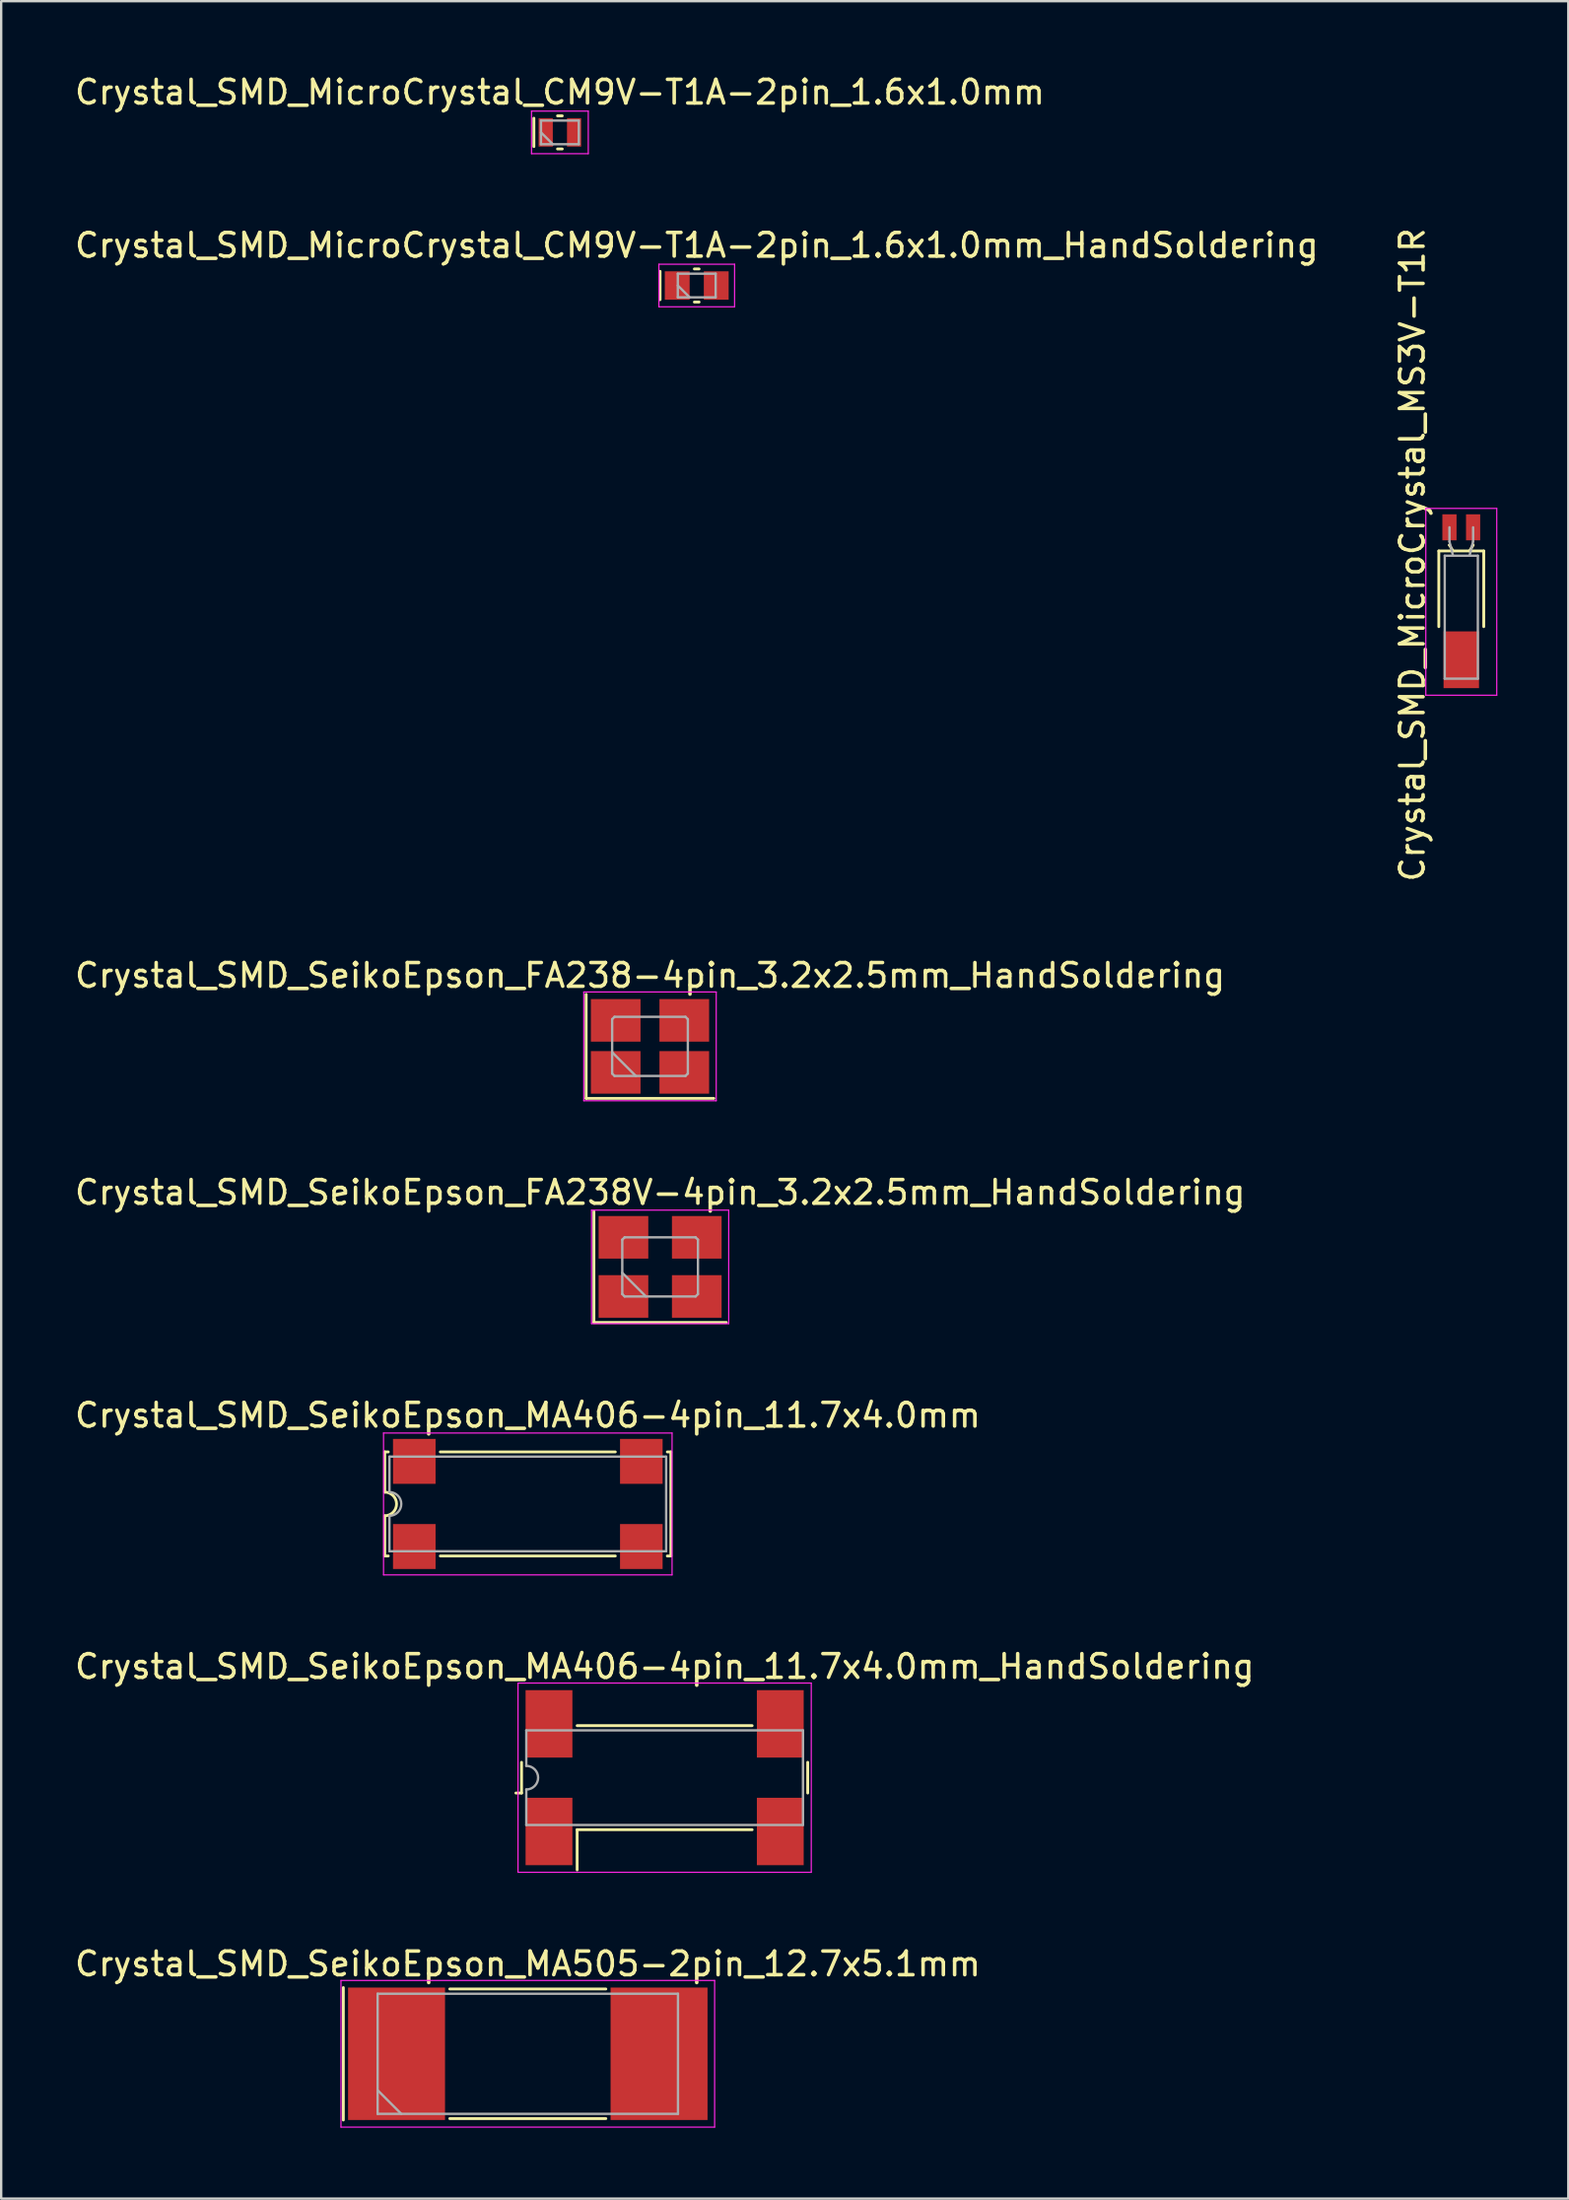
<source format=kicad_pcb>
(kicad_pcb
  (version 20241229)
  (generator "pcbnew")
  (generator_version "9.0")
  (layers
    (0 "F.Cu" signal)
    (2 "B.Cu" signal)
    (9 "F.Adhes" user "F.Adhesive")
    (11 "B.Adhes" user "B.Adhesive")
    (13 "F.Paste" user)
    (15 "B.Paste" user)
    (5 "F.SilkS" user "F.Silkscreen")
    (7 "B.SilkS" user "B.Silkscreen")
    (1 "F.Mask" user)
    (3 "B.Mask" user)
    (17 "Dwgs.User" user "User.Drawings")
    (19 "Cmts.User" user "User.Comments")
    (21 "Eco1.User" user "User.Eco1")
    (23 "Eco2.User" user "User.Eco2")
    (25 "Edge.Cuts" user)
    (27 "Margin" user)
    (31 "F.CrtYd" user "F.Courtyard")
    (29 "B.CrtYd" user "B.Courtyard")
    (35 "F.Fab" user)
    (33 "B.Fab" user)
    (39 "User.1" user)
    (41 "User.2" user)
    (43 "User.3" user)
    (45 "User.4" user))
  (footprint "Crystal_SMD_SeikoEpson_MA406-4pin_11.7x4.0mm"
    (layer "F.Cu")
    (at 19.268 60.537)
    (property "Reference" "Crystal_SMD_SeikoEpson_MA406-4pin_11.7x4.0mm" (at 0 -3.75 0) (layer "F.SilkS") (effects (font (size 1 1) (thickness 0.15))))
    (attr smd)
    (fp_line (start -6.05 -2.2) (end -5.9 -2.2) (stroke (width 0.12) (type solid)) (layer "F.SilkS"))
    (fp_line (start -6.05 -0.5) (end -6.05 -2.2) (stroke (width 0.12) (type solid)) (layer "F.SilkS"))
    (fp_line (start -6.05 2.2) (end -6.05 0.5) (stroke (width 0.12) (type solid)) (layer "F.SilkS"))
    (fp_line (start -6.05 2.2) (end -5.9 2.2) (stroke (width 0.12) (type solid)) (layer "F.SilkS"))
    (fp_line (start -3.7 -2.2) (end 3.7 -2.2) (stroke (width 0.12) (type solid)) (layer "F.SilkS"))
    (fp_line (start 3.7 2.2) (end -3.7 2.2) (stroke (width 0.12) (type solid)) (layer "F.SilkS"))
    (fp_line (start 5.9 -2.2) (end 6.05 -2.2) (stroke (width 0.12) (type solid)) (layer "F.SilkS"))
    (fp_line (start 6.05 -2.2) (end 6.05 2.2) (stroke (width 0.12) (type solid)) (layer "F.SilkS"))
    (fp_line (start 6.05 2.2) (end 5.9 2.2) (stroke (width 0.12) (type solid)) (layer "F.SilkS"))
    (fp_arc (start -6.05 -0.5) (mid -5.55 0) (end -6.05 0.5) (stroke (width 0.12) (type solid)) (layer "F.SilkS"))
    (fp_line (start -6.1 -3) (end -6.1 3) (stroke (width 0.05) (type solid)) (layer "F.CrtYd"))
    (fp_line (start -6.1 3) (end 6.1 3) (stroke (width 0.05) (type solid)) (layer "F.CrtYd"))
    (fp_line (start 6.1 -3) (end -6.1 -3) (stroke (width 0.05) (type solid)) (layer "F.CrtYd"))
    (fp_line (start 6.1 3) (end 6.1 -3) (stroke (width 0.05) (type solid)) (layer "F.CrtYd"))
    (fp_line (start -5.85 -2) (end 5.85 -2) (stroke (width 0.1) (type solid)) (layer "F.Fab"))
    (fp_line (start -5.85 -0.5) (end -5.85 -2) (stroke (width 0.1) (type solid)) (layer "F.Fab"))
    (fp_line (start -5.85 2) (end -5.85 0.5) (stroke (width 0.1) (type solid)) (layer "F.Fab"))
    (fp_line (start 5.85 -2) (end 5.85 2) (stroke (width 0.1) (type solid)) (layer "F.Fab"))
    (fp_line (start 5.85 2) (end -5.85 2) (stroke (width 0.1) (type solid)) (layer "F.Fab"))
    (fp_arc (start -5.85 -0.5) (mid -5.35 0) (end -5.85 0.5) (stroke (width 0.1) (type solid)) (layer "F.Fab"))
    (pad "1" smd rect (at -4.8 1.8) (size 1.8 1.9) (layers "F.Cu" "F.Mask"))
    (pad "2" smd rect (at 4.8 1.8) (size 1.8 1.9) (layers "F.Cu" "F.Mask"))
    (pad "3" smd rect (at 4.8 -1.8) (size 1.8 1.9) (layers "F.Cu" "F.Mask"))
    (pad "4" smd rect (at -4.8 -1.8) (size 1.8 1.9) (layers "F.Cu" "F.Mask")))
  (footprint "Crystal_SMD_MicroCrystal_CM9V-T1A-2pin_1.6x1.0mm_HandSoldering"
    (layer "F.Cu")
    (at 26.411 9.021)
    (property "Reference" "Crystal_SMD_MicroCrystal_CM9V-T1A-2pin_1.6x1.0mm_HandSoldering" (at 0 -1.7 0) (layer "F.SilkS") (effects (font (size 1 1) (thickness 0.15))))
    (attr smd)
    (fp_line (start -1.55 -0.6) (end -1.55 0.6) (stroke (width 0.12) (type solid)) (layer "F.SilkS"))
    (fp_line (start -0.1 -0.7) (end 0.1 -0.7) (stroke (width 0.12) (type solid)) (layer "F.SilkS"))
    (fp_line (start -0.1 0.7) (end 0.1 0.7) (stroke (width 0.12) (type solid)) (layer "F.SilkS"))
    (fp_line (start -1.6 -0.9) (end -1.6 0.9) (stroke (width 0.05) (type solid)) (layer "F.CrtYd"))
    (fp_line (start -1.6 0.9) (end 1.6 0.9) (stroke (width 0.05) (type solid)) (layer "F.CrtYd"))
    (fp_line (start 1.6 -0.9) (end -1.6 -0.9) (stroke (width 0.05) (type solid)) (layer "F.CrtYd"))
    (fp_line (start 1.6 0.9) (end 1.6 -0.9) (stroke (width 0.05) (type solid)) (layer "F.CrtYd"))
    (fp_line (start -0.8 -0.5) (end -0.8 0.5) (stroke (width 0.1) (type solid)) (layer "F.Fab"))
    (fp_line (start -0.8 0) (end -0.3 0.5) (stroke (width 0.1) (type solid)) (layer "F.Fab"))
    (fp_line (start -0.8 0.5) (end 0.8 0.5) (stroke (width 0.1) (type solid)) (layer "F.Fab"))
    (fp_line (start 0.8 -0.5) (end -0.8 -0.5) (stroke (width 0.1) (type solid)) (layer "F.Fab"))
    (fp_line (start 0.8 0.5) (end 0.8 -0.5) (stroke (width 0.1) (type solid)) (layer "F.Fab"))
    (pad "1" smd rect (at -0.825 0) (size 1.05 1.2) (layers "F.Cu" "F.Mask"))
    (pad "2" smd rect (at 0.825 0) (size 1.05 1.2) (layers "F.Cu" "F.Mask")))
  (footprint "Crystal_SMD_MicroCrystal_CM9V-T1A-2pin_1.6x1.0mm"
    (layer "F.Cu")
    (at 20.625 2.548)
    (property "Reference" "Crystal_SMD_MicroCrystal_CM9V-T1A-2pin_1.6x1.0mm" (at 0 -1.7 0) (layer "F.SilkS") (effects (font (size 1 1) (thickness 0.15))))
    (attr smd)
    (fp_line (start -1.1 -0.6) (end -1.1 0.6) (stroke (width 0.12) (type solid)) (layer "F.SilkS"))
    (fp_line (start -0.1 -0.7) (end 0.1 -0.7) (stroke (width 0.12) (type solid)) (layer "F.SilkS"))
    (fp_line (start -0.1 0.7) (end 0.1 0.7) (stroke (width 0.12) (type solid)) (layer "F.SilkS"))
    (fp_line (start -1.2 -0.9) (end -1.2 0.9) (stroke (width 0.05) (type solid)) (layer "F.CrtYd"))
    (fp_line (start -1.2 0.9) (end 1.2 0.9) (stroke (width 0.05) (type solid)) (layer "F.CrtYd"))
    (fp_line (start 1.2 -0.9) (end -1.2 -0.9) (stroke (width 0.05) (type solid)) (layer "F.CrtYd"))
    (fp_line (start 1.2 0.9) (end 1.2 -0.9) (stroke (width 0.05) (type solid)) (layer "F.CrtYd"))
    (fp_line (start -0.8 -0.5) (end -0.8 0.5) (stroke (width 0.1) (type solid)) (layer "F.Fab"))
    (fp_line (start -0.8 0) (end -0.3 0.5) (stroke (width 0.1) (type solid)) (layer "F.Fab"))
    (fp_line (start -0.8 0.5) (end 0.8 0.5) (stroke (width 0.1) (type solid)) (layer "F.Fab"))
    (fp_line (start 0.8 -0.5) (end -0.8 -0.5) (stroke (width 0.1) (type solid)) (layer "F.Fab"))
    (fp_line (start 0.8 0.5) (end 0.8 -0.5) (stroke (width 0.1) (type solid)) (layer "F.Fab"))
    (pad "1" smd rect (at -0.6 0) (size 0.6 1.2) (layers "F.Cu" "F.Mask"))
    (pad "2" smd rect (at 0.6 0) (size 0.6 1.2) (layers "F.Cu" "F.Mask")))
  (footprint "Crystal_SMD_SeikoEpson_MA406-4pin_11.7x4.0mm_HandSoldering"
    (layer "F.Cu")
    (at 25.054 72.11)
    (property "Reference" "Crystal_SMD_SeikoEpson_MA406-4pin_11.7x4.0mm_HandSoldering" (at 0 -4.7 0) (layer "F.SilkS") (effects (font (size 1 1) (thickness 0.15))))
    (attr smd)
    (fp_line (start -6.29 0.65) (end -6.05 0.65) (stroke (width 0.12) (type solid)) (layer "F.SilkS"))
    (fp_line (start -6.05 0.65) (end -6.05 -0.65) (stroke (width 0.12) (type solid)) (layer "F.SilkS"))
    (fp_line (start -3.7 -2.2) (end 3.7 -2.2) (stroke (width 0.12) (type solid)) (layer "F.SilkS"))
    (fp_line (start -3.7 2.2) (end -3.7 3.9) (stroke (width 0.12) (type solid)) (layer "F.SilkS"))
    (fp_line (start 3.7 2.2) (end -3.7 2.2) (stroke (width 0.12) (type solid)) (layer "F.SilkS"))
    (fp_line (start 6.05 -0.65) (end 6.05 0.65) (stroke (width 0.12) (type solid)) (layer "F.SilkS"))
    (fp_line (start -6.2 -4) (end -6.2 4) (stroke (width 0.05) (type solid)) (layer "F.CrtYd"))
    (fp_line (start -6.2 4) (end 6.2 4) (stroke (width 0.05) (type solid)) (layer "F.CrtYd"))
    (fp_line (start 6.2 -4) (end -6.2 -4) (stroke (width 0.05) (type solid)) (layer "F.CrtYd"))
    (fp_line (start 6.2 4) (end 6.2 -4) (stroke (width 0.05) (type solid)) (layer "F.CrtYd"))
    (fp_line (start -5.85 -2) (end 5.85 -2) (stroke (width 0.1) (type solid)) (layer "F.Fab"))
    (fp_line (start -5.85 -0.5) (end -5.85 -2) (stroke (width 0.1) (type solid)) (layer "F.Fab"))
    (fp_line (start -5.85 2) (end -5.85 0.5) (stroke (width 0.1) (type solid)) (layer "F.Fab"))
    (fp_line (start 5.85 -2) (end 5.85 2) (stroke (width 0.1) (type solid)) (layer "F.Fab"))
    (fp_line (start 5.85 2) (end -5.85 2) (stroke (width 0.1) (type solid)) (layer "F.Fab"))
    (fp_arc (start -5.85 -0.5) (mid -5.35 0) (end -5.85 0.5) (stroke (width 0.1) (type solid)) (layer "F.Fab"))
    (pad "1" smd rect (at -4.89 2.275) (size 1.98 2.85) (layers "F.Cu" "F.Mask"))
    (pad "2" smd rect (at 4.89 2.275) (size 1.98 2.85) (layers "F.Cu" "F.Mask"))
    (pad "3" smd rect (at 4.89 -2.275) (size 1.98 2.85) (layers "F.Cu" "F.Mask"))
    (pad "4" smd rect (at -4.89 -2.275) (size 1.98 2.85) (layers "F.Cu" "F.Mask")))
  (footprint "Crystal_SMD_SeikoEpson_FA238-4pin_3.2x2.5mm_HandSoldering"
    (layer "F.Cu")
    (at 24.435 41.191)
    (property "Reference" "Crystal_SMD_SeikoEpson_FA238-4pin_3.2x2.5mm_HandSoldering" (at 0 -3 0) (layer "F.SilkS") (effects (font (size 1 1) (thickness 0.15))))
    (attr smd)
    (fp_line (start -2.7 -2.2) (end -2.7 2.2) (stroke (width 0.12) (type solid)) (layer "F.SilkS"))
    (fp_line (start -2.7 2.2) (end 2.7 2.2) (stroke (width 0.12) (type solid)) (layer "F.SilkS"))
    (fp_line (start -2.8 -2.3) (end -2.8 2.3) (stroke (width 0.05) (type solid)) (layer "F.CrtYd"))
    (fp_line (start -2.8 2.3) (end 2.8 2.3) (stroke (width 0.05) (type solid)) (layer "F.CrtYd"))
    (fp_line (start 2.8 -2.3) (end -2.8 -2.3) (stroke (width 0.05) (type solid)) (layer "F.CrtYd"))
    (fp_line (start 2.8 2.3) (end 2.8 -2.3) (stroke (width 0.05) (type solid)) (layer "F.CrtYd"))
    (fp_line (start -1.6 -1.15) (end -1.5 -1.25) (stroke (width 0.1) (type solid)) (layer "F.Fab"))
    (fp_line (start -1.6 0.25) (end -0.6 1.25) (stroke (width 0.1) (type solid)) (layer "F.Fab"))
    (fp_line (start -1.6 1.15) (end -1.6 -1.15) (stroke (width 0.1) (type solid)) (layer "F.Fab"))
    (fp_line (start -1.5 -1.25) (end 1.5 -1.25) (stroke (width 0.1) (type solid)) (layer "F.Fab"))
    (fp_line (start -1.5 1.25) (end -1.6 1.15) (stroke (width 0.1) (type solid)) (layer "F.Fab"))
    (fp_line (start 1.5 -1.25) (end 1.6 -1.15) (stroke (width 0.1) (type solid)) (layer "F.Fab"))
    (fp_line (start 1.5 1.25) (end -1.5 1.25) (stroke (width 0.1) (type solid)) (layer "F.Fab"))
    (fp_line (start 1.6 -1.15) (end 1.6 1.15) (stroke (width 0.1) (type solid)) (layer "F.Fab"))
    (fp_line (start 1.6 1.15) (end 1.5 1.25) (stroke (width 0.1) (type solid)) (layer "F.Fab"))
    (pad "1" smd rect (at -1.45 1.1) (size 2.1 1.8) (layers "F.Cu" "F.Mask"))
    (pad "2" smd rect (at 1.45 1.1) (size 2.1 1.8) (layers "F.Cu" "F.Mask"))
    (pad "3" smd rect (at 1.45 -1.1) (size 2.1 1.8) (layers "F.Cu" "F.Mask"))
    (pad "4" smd rect (at -1.45 -1.1) (size 2.1 1.8) (layers "F.Cu" "F.Mask")))
  (footprint "Crystal_SMD_SeikoEpson_MA505-2pin_12.7x5.1mm"
    (layer "F.Cu")
    (at 19.268 83.784)
    (property "Reference" "Crystal_SMD_SeikoEpson_MA505-2pin_12.7x5.1mm" (at 0 -3.8 0) (layer "F.SilkS") (effects (font (size 1 1) (thickness 0.15))))
    (attr smd)
    (fp_line (start -7.8 -2.8) (end -7.8 2.8) (stroke (width 0.12) (type solid)) (layer "F.SilkS"))
    (fp_line (start -3.3 -2.74) (end 3.3 -2.74) (stroke (width 0.12) (type solid)) (layer "F.SilkS"))
    (fp_line (start -3.3 2.74) (end 3.3 2.74) (stroke (width 0.12) (type solid)) (layer "F.SilkS"))
    (fp_line (start -7.9 -3.1) (end -7.9 3.1) (stroke (width 0.05) (type solid)) (layer "F.CrtYd"))
    (fp_line (start -7.9 3.1) (end 7.9 3.1) (stroke (width 0.05) (type solid)) (layer "F.CrtYd"))
    (fp_line (start 7.9 -3.1) (end -7.9 -3.1) (stroke (width 0.05) (type solid)) (layer "F.CrtYd"))
    (fp_line (start 7.9 3.1) (end 7.9 -3.1) (stroke (width 0.05) (type solid)) (layer "F.CrtYd"))
    (fp_line (start -6.35 -2.54) (end -6.35 2.54) (stroke (width 0.1) (type solid)) (layer "F.Fab"))
    (fp_line (start -6.35 1.54) (end -5.35 2.54) (stroke (width 0.1) (type solid)) (layer "F.Fab"))
    (fp_line (start -6.35 2.54) (end 6.35 2.54) (stroke (width 0.1) (type solid)) (layer "F.Fab"))
    (fp_line (start 6.35 -2.54) (end -6.35 -2.54) (stroke (width 0.1) (type solid)) (layer "F.Fab"))
    (fp_line (start 6.35 2.54) (end 6.35 -2.54) (stroke (width 0.1) (type solid)) (layer "F.Fab"))
    (pad "1" smd rect (at -5.55 0) (size 4.1 5.6) (layers "F.Cu" "F.Mask"))
    (pad "2" smd rect (at 5.55 0) (size 4.1 5.6) (layers "F.Cu" "F.Mask")))
  (footprint "Crystal_SMD_MicroCrystal_MS3V-T1R"
    (layer "F.Cu")
    (at 58.74 22.045)
    (property "Reference" "Crystal_SMD_MicroCrystal_MS3V-T1R" (at -2.07 -1.637 90) (layer "F.SilkS") (effects (font (size 1 1) (thickness 0.15))))
    (attr smd)
    (fp_line (start -0.95 -1.8) (end 0.95 -1.8) (stroke (width 0.12) (type solid)) (layer "F.SilkS"))
    (fp_line (start -0.95 1.4) (end -0.95 -1.8) (stroke (width 0.12) (type solid)) (layer "F.SilkS"))
    (fp_line (start -0.5 -2.05) (end -0.5 -2.05) (stroke (width 0.12) (type solid)) (layer "F.SilkS"))
    (fp_line (start -0.35 -1.8) (end -0.5 -2.05) (stroke (width 0.12) (type solid)) (layer "F.SilkS"))
    (fp_line (start 0.35 -1.8) (end 0.5 -2.05) (stroke (width 0.12) (type solid)) (layer "F.SilkS"))
    (fp_line (start 0.5 -2.05) (end 0.5 -2.05) (stroke (width 0.12) (type solid)) (layer "F.SilkS"))
    (fp_line (start 0.95 -1.8) (end 0.95 1.4) (stroke (width 0.12) (type solid)) (layer "F.SilkS"))
    (fp_line (start -1.5 -3.6) (end -1.5 4.3) (stroke (width 0.05) (type solid)) (layer "F.CrtYd"))
    (fp_line (start -1.5 4.3) (end 1.5 4.3) (stroke (width 0.05) (type solid)) (layer "F.CrtYd"))
    (fp_line (start 1.5 -3.6) (end -1.5 -3.6) (stroke (width 0.05) (type solid)) (layer "F.CrtYd"))
    (fp_line (start 1.5 4.3) (end 1.5 -3.6) (stroke (width 0.05) (type solid)) (layer "F.CrtYd"))
    (fp_line (start -0.7 -1.6) (end -0.7 3.6) (stroke (width 0.1) (type solid)) (layer "F.Fab"))
    (fp_line (start -0.7 3.6) (end 0.7 3.6) (stroke (width 0.1) (type solid)) (layer "F.Fab"))
    (fp_line (start -0.5 -2.2) (end -0.5 -2.8) (stroke (width 0.1) (type solid)) (layer "F.Fab"))
    (fp_line (start -0.35 -1.6) (end -0.5 -2.2) (stroke (width 0.1) (type solid)) (layer "F.Fab"))
    (fp_line (start 0.35 -1.6) (end 0.5 -2.2) (stroke (width 0.1) (type solid)) (layer "F.Fab"))
    (fp_line (start 0.5 -2.2) (end 0.5 -2.8) (stroke (width 0.1) (type solid)) (layer "F.Fab"))
    (fp_line (start 0.7 -1.6) (end -0.7 -1.6) (stroke (width 0.1) (type solid)) (layer "F.Fab"))
    (fp_line (start 0.7 3.6) (end 0.7 -1.6) (stroke (width 0.1) (type solid)) (layer "F.Fab"))
    (pad "1" smd rect (at -0.5 -2.8) (size 0.6 1.1) (layers "F.Cu" "F.Mask"))
    (pad "2" smd rect (at 0.5 -2.8) (size 0.6 1.1) (layers "F.Cu" "F.Mask"))
    (pad "3" smd rect (at 0 2.8) (size 1.5 2.4) (layers "F.Cu" "F.Mask")))
  (footprint "Crystal_SMD_SeikoEpson_FA238V-4pin_3.2x2.5mm_HandSoldering"
    (layer "F.Cu")
    (at 24.863 50.514)
    (property "Reference" "Crystal_SMD_SeikoEpson_FA238V-4pin_3.2x2.5mm_HandSoldering" (at 0 -3.15 0) (layer "F.SilkS") (effects (font (size 1 1) (thickness 0.15))))
    (attr smd)
    (fp_line (start -2.8 -2.35) (end -2.8 2.35) (stroke (width 0.12) (type solid)) (layer "F.SilkS"))
    (fp_line (start -2.8 2.35) (end 2.8 2.35) (stroke (width 0.12) (type solid)) (layer "F.SilkS"))
    (fp_line (start -2.9 -2.4) (end -2.9 2.4) (stroke (width 0.05) (type solid)) (layer "F.CrtYd"))
    (fp_line (start -2.9 2.4) (end 2.9 2.4) (stroke (width 0.05) (type solid)) (layer "F.CrtYd"))
    (fp_line (start 2.9 -2.4) (end -2.9 -2.4) (stroke (width 0.05) (type solid)) (layer "F.CrtYd"))
    (fp_line (start 2.9 2.4) (end 2.9 -2.4) (stroke (width 0.05) (type solid)) (layer "F.CrtYd"))
    (fp_line (start -1.6 -1.15) (end -1.5 -1.25) (stroke (width 0.1) (type solid)) (layer "F.Fab"))
    (fp_line (start -1.6 0.25) (end -0.6 1.25) (stroke (width 0.1) (type solid)) (layer "F.Fab"))
    (fp_line (start -1.6 1.15) (end -1.6 -1.15) (stroke (width 0.1) (type solid)) (layer "F.Fab"))
    (fp_line (start -1.5 -1.25) (end 1.5 -1.25) (stroke (width 0.1) (type solid)) (layer "F.Fab"))
    (fp_line (start -1.5 1.25) (end -1.6 1.15) (stroke (width 0.1) (type solid)) (layer "F.Fab"))
    (fp_line (start 1.5 -1.25) (end 1.6 -1.15) (stroke (width 0.1) (type solid)) (layer "F.Fab"))
    (fp_line (start 1.5 1.25) (end -1.5 1.25) (stroke (width 0.1) (type solid)) (layer "F.Fab"))
    (fp_line (start 1.6 -1.15) (end 1.6 1.15) (stroke (width 0.1) (type solid)) (layer "F.Fab"))
    (fp_line (start 1.6 1.15) (end 1.5 1.25) (stroke (width 0.1) (type solid)) (layer "F.Fab"))
    (pad "1" smd rect (at -1.55 1.25) (size 2.1 1.8) (layers "F.Cu" "F.Mask"))
    (pad "2" smd rect (at 1.55 1.25) (size 2.1 1.8) (layers "F.Cu" "F.Mask"))
    (pad "3" smd rect (at 1.55 -1.25) (size 2.1 1.8) (layers "F.Cu" "F.Mask"))
    (pad "4" smd rect (at -1.55 -1.25) (size 2.1 1.8) (layers "F.Cu" "F.Mask")))
  (gr_rect
    (start -3 -3)
    (end 63.265 89.909)
    (stroke (width 0.1) (type default))
    (fill no)
    (layer "Edge.Cuts")))
</source>
